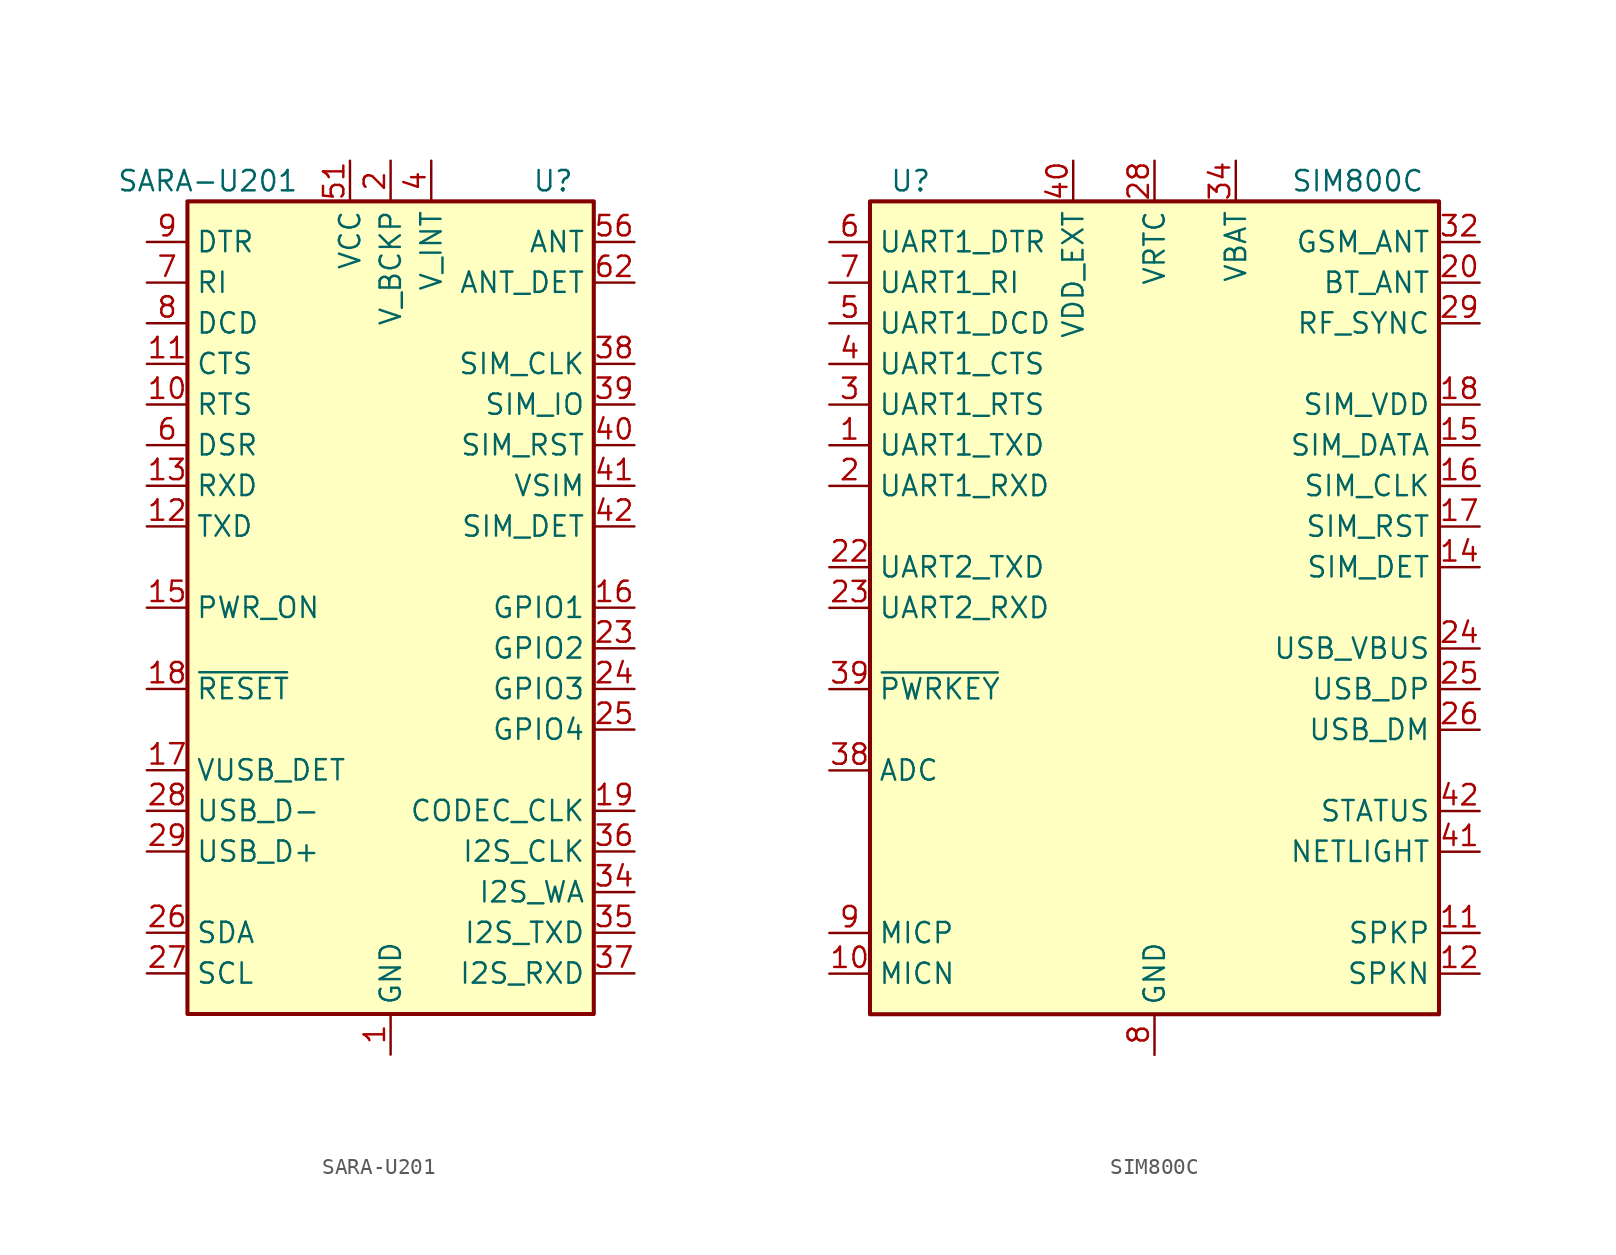
<source format=kicad_sym>
(kicad_symbol_lib
  (version 20201005)
  (generator kicad_symbol_editor)
  (symbol "RF_GSM:SARA-U201"
    (property "Reference" "U"
      (at 10.16 26.67 0)
      (effects (font (size 1.27 1.27))))
    (property "Value" "SARA-U201"
      (at -11.43 26.67 0)
      (effects (font (size 1.27 1.27))))
    (symbol "SARA-U201_0_1"
      (rectangle (start -12.7 25.4) (end 12.7 -25.4) (stroke (width 0.254)) (fill (type background))))
    (symbol "SARA-U201_1_1"
      (pin power_in line (at 0 -27.94 90) (length 2.54) (name "GND" (effects (font (size 1.27 1.27)))) (number "1" (effects (font (size 1.27 1.27)))))
      (pin input line (at -15.24 12.7 0) (length 2.54) (name "RTS" (effects (font (size 1.27 1.27)))) (number "10" (effects (font (size 1.27 1.27)))))
      (pin output line (at -15.24 15.24 0) (length 2.54) (name "CTS" (effects (font (size 1.27 1.27)))) (number "11" (effects (font (size 1.27 1.27)))))
      (pin input line (at -15.24 5.08 0) (length 2.54) (name "TXD" (effects (font (size 1.27 1.27)))) (number "12" (effects (font (size 1.27 1.27)))))
      (pin output line (at -15.24 7.62 0) (length 2.54) (name "RXD" (effects (font (size 1.27 1.27)))) (number "13" (effects (font (size 1.27 1.27)))))
      (pin passive line (at 0 -27.94 90) (length 2.54) hide (name "GND" (effects (font (size 1.27 1.27)))) (number "14" (effects (font (size 1.27 1.27)))))
      (pin input line (at -15.24 0 0) (length 2.54) (name "PWR_ON" (effects (font (size 1.27 1.27)))) (number "15" (effects (font (size 1.27 1.27)))))
      (pin bidirectional line (at 15.24 0 180) (length 2.54) (name "GPIO1" (effects (font (size 1.27 1.27)))) (number "16" (effects (font (size 1.27 1.27)))))
      (pin input line (at -15.24 -10.16 0) (length 2.54) (name "VUSB_DET" (effects (font (size 1.27 1.27)))) (number "17" (effects (font (size 1.27 1.27)))))
      (pin input line (at -15.24 -5.08 0) (length 2.54) (name "~RESET" (effects (font (size 1.27 1.27)))) (number "18" (effects (font (size 1.27 1.27)))))
      (pin output line (at 15.24 -12.7 180) (length 2.54) (name "CODEC_CLK" (effects (font (size 1.27 1.27)))) (number "19" (effects (font (size 1.27 1.27)))))
      (pin power_out line (at 0 27.94 270) (length 2.54) (name "V_BCKP" (effects (font (size 1.27 1.27)))) (number "2" (effects (font (size 1.27 1.27)))))
      (pin passive line (at 0 -27.94 90) (length 2.54) hide (name "GND" (effects (font (size 1.27 1.27)))) (number "20" (effects (font (size 1.27 1.27)))))
      (pin passive line (at 0 -27.94 90) (length 2.54) hide (name "GND" (effects (font (size 1.27 1.27)))) (number "21" (effects (font (size 1.27 1.27)))))
      (pin passive line (at 0 -27.94 90) (length 2.54) hide (name "GND" (effects (font (size 1.27 1.27)))) (number "22" (effects (font (size 1.27 1.27)))))
      (pin bidirectional line (at 15.24 -2.54 180) (length 2.54) (name "GPIO2" (effects (font (size 1.27 1.27)))) (number "23" (effects (font (size 1.27 1.27)))))
      (pin bidirectional line (at 15.24 -5.08 180) (length 2.54) (name "GPIO3" (effects (font (size 1.27 1.27)))) (number "24" (effects (font (size 1.27 1.27)))))
      (pin bidirectional line (at 15.24 -7.62 180) (length 2.54) (name "GPIO4" (effects (font (size 1.27 1.27)))) (number "25" (effects (font (size 1.27 1.27)))))
      (pin bidirectional line (at -15.24 -20.32 0) (length 2.54) (name "SDA" (effects (font (size 1.27 1.27)))) (number "26" (effects (font (size 1.27 1.27)))))
      (pin output line (at -15.24 -22.86 0) (length 2.54) (name "SCL" (effects (font (size 1.27 1.27)))) (number "27" (effects (font (size 1.27 1.27)))))
      (pin bidirectional line (at -15.24 -12.7 0) (length 2.54) (name "USB_D-" (effects (font (size 1.27 1.27)))) (number "28" (effects (font (size 1.27 1.27)))))
      (pin bidirectional line (at -15.24 -15.24 0) (length 2.54) (name "USB_D+" (effects (font (size 1.27 1.27)))) (number "29" (effects (font (size 1.27 1.27)))))
      (pin passive line (at 0 -27.94 90) (length 2.54) hide (name "GND" (effects (font (size 1.27 1.27)))) (number "3" (effects (font (size 1.27 1.27)))))
      (pin passive line (at 0 -27.94 90) (length 2.54) hide (name "GND" (effects (font (size 1.27 1.27)))) (number "30" (effects (font (size 1.27 1.27)))))
      (pin no_connect line (at -12.7 2.54 0) (length 2.54) hide (name "RSVD" (effects (font (size 1.27 1.27)))) (number "31" (effects (font (size 1.27 1.27)))))
      (pin passive line (at 0 -27.94 90) (length 2.54) hide (name "GND" (effects (font (size 1.27 1.27)))) (number "32" (effects (font (size 1.27 1.27)))))
      (pin no_connect line (at -12.7 -2.54 0) (length 2.54) hide (name "RSVD" (effects (font (size 1.27 1.27)))) (number "33" (effects (font (size 1.27 1.27)))))
      (pin bidirectional line (at 15.24 -17.78 180) (length 2.54) (name "I2S_WA" (effects (font (size 1.27 1.27)))) (number "34" (effects (font (size 1.27 1.27)))))
      (pin output line (at 15.24 -20.32 180) (length 2.54) (name "I2S_TXD" (effects (font (size 1.27 1.27)))) (number "35" (effects (font (size 1.27 1.27)))))
      (pin output line (at 15.24 -15.24 180) (length 2.54) (name "I2S_CLK" (effects (font (size 1.27 1.27)))) (number "36" (effects (font (size 1.27 1.27)))))
      (pin input line (at 15.24 -22.86 180) (length 2.54) (name "I2S_RXD" (effects (font (size 1.27 1.27)))) (number "37" (effects (font (size 1.27 1.27)))))
      (pin output line (at 15.24 15.24 180) (length 2.54) (name "SIM_CLK" (effects (font (size 1.27 1.27)))) (number "38" (effects (font (size 1.27 1.27)))))
      (pin bidirectional line (at 15.24 12.7 180) (length 2.54) (name "SIM_IO" (effects (font (size 1.27 1.27)))) (number "39" (effects (font (size 1.27 1.27)))))
      (pin power_out line (at 2.54 27.94 270) (length 2.54) (name "V_INT" (effects (font (size 1.27 1.27)))) (number "4" (effects (font (size 1.27 1.27)))))
      (pin output line (at 15.24 10.16 180) (length 2.54) (name "SIM_RST" (effects (font (size 1.27 1.27)))) (number "40" (effects (font (size 1.27 1.27)))))
      (pin power_out line (at 15.24 7.62 180) (length 2.54) (name "VSIM" (effects (font (size 1.27 1.27)))) (number "41" (effects (font (size 1.27 1.27)))))
      (pin input line (at 15.24 5.08 180) (length 2.54) (name "SIM_DET" (effects (font (size 1.27 1.27)))) (number "42" (effects (font (size 1.27 1.27)))))
      (pin passive line (at 0 -27.94 90) (length 2.54) hide (name "GND" (effects (font (size 1.27 1.27)))) (number "43" (effects (font (size 1.27 1.27)))))
      (pin no_connect line (at -12.7 -7.62 0) (length 2.54) hide (name "RSVD" (effects (font (size 1.27 1.27)))) (number "44" (effects (font (size 1.27 1.27)))))
      (pin no_connect line (at -12.7 -17.78 0) (length 2.54) hide (name "RSVD" (effects (font (size 1.27 1.27)))) (number "45" (effects (font (size 1.27 1.27)))))
      (pin no_connect line (at -2.54 -25.4 90) (length 2.54) hide (name "RSVD" (effects (font (size 1.27 1.27)))) (number "46" (effects (font (size 1.27 1.27)))))
      (pin no_connect line (at 12.7 -10.16 180) (length 2.54) hide (name "RSVD" (effects (font (size 1.27 1.27)))) (number "47" (effects (font (size 1.27 1.27)))))
      (pin no_connect line (at 12.7 2.54 180) (length 2.54) hide (name "RSVD" (effects (font (size 1.27 1.27)))) (number "48" (effects (font (size 1.27 1.27)))))
      (pin no_connect line (at 12.7 17.78 180) (length 2.54) hide (name "RSVD" (effects (font (size 1.27 1.27)))) (number "49" (effects (font (size 1.27 1.27)))))
      (pin passive line (at 0 -27.94 90) (length 2.54) hide (name "GND" (effects (font (size 1.27 1.27)))) (number "5" (effects (font (size 1.27 1.27)))))
      (pin passive line (at 0 -27.94 90) (length 2.54) hide (name "GND" (effects (font (size 1.27 1.27)))) (number "50" (effects (font (size 1.27 1.27)))))
      (pin power_in line (at -2.54 27.94 270) (length 2.54) (name "VCC" (effects (font (size 1.27 1.27)))) (number "51" (effects (font (size 1.27 1.27)))))
      (pin passive line (at -2.54 27.94 270) (length 2.54) hide (name "VCC" (effects (font (size 1.27 1.27)))) (number "52" (effects (font (size 1.27 1.27)))))
      (pin passive line (at -2.54 27.94 270) (length 2.54) hide (name "VCC" (effects (font (size 1.27 1.27)))) (number "53" (effects (font (size 1.27 1.27)))))
      (pin passive line (at 0 -27.94 90) (length 2.54) hide (name "GND" (effects (font (size 1.27 1.27)))) (number "54" (effects (font (size 1.27 1.27)))))
      (pin passive line (at 0 -27.94 90) (length 2.54) hide (name "GND" (effects (font (size 1.27 1.27)))) (number "55" (effects (font (size 1.27 1.27)))))
      (pin passive line (at 15.24 22.86 180) (length 2.54) (name "ANT" (effects (font (size 1.27 1.27)))) (number "56" (effects (font (size 1.27 1.27)))))
      (pin passive line (at 0 -27.94 90) (length 2.54) hide (name "GND" (effects (font (size 1.27 1.27)))) (number "57" (effects (font (size 1.27 1.27)))))
      (pin passive line (at 0 -27.94 90) (length 2.54) hide (name "GND" (effects (font (size 1.27 1.27)))) (number "58" (effects (font (size 1.27 1.27)))))
      (pin passive line (at 0 -27.94 90) (length 2.54) hide (name "GND" (effects (font (size 1.27 1.27)))) (number "59" (effects (font (size 1.27 1.27)))))
      (pin output line (at -15.24 10.16 0) (length 2.54) (name "DSR" (effects (font (size 1.27 1.27)))) (number "6" (effects (font (size 1.27 1.27)))))
      (pin passive line (at 0 -27.94 90) (length 2.54) hide (name "GND" (effects (font (size 1.27 1.27)))) (number "60" (effects (font (size 1.27 1.27)))))
      (pin passive line (at 0 -27.94 90) (length 2.54) hide (name "GND" (effects (font (size 1.27 1.27)))) (number "61" (effects (font (size 1.27 1.27)))))
      (pin input line (at 15.24 20.32 180) (length 2.54) (name "ANT_DET" (effects (font (size 1.27 1.27)))) (number "62" (effects (font (size 1.27 1.27)))))
      (pin passive line (at 0 -27.94 90) (length 2.54) hide (name "GND" (effects (font (size 1.27 1.27)))) (number "63" (effects (font (size 1.27 1.27)))))
      (pin passive line (at 0 -27.94 90) (length 2.54) hide (name "GND" (effects (font (size 1.27 1.27)))) (number "64" (effects (font (size 1.27 1.27)))))
      (pin passive line (at 0 -27.94 90) (length 2.54) hide (name "GND" (effects (font (size 1.27 1.27)))) (number "65" (effects (font (size 1.27 1.27)))))
      (pin passive line (at 0 -27.94 90) (length 2.54) hide (name "GND" (effects (font (size 1.27 1.27)))) (number "66" (effects (font (size 1.27 1.27)))))
      (pin passive line (at 0 -27.94 90) (length 2.54) hide (name "GND" (effects (font (size 1.27 1.27)))) (number "67" (effects (font (size 1.27 1.27)))))
      (pin passive line (at 0 -27.94 90) (length 2.54) hide (name "GND" (effects (font (size 1.27 1.27)))) (number "68" (effects (font (size 1.27 1.27)))))
      (pin passive line (at 0 -27.94 90) (length 2.54) hide (name "GND" (effects (font (size 1.27 1.27)))) (number "69" (effects (font (size 1.27 1.27)))))
      (pin output line (at -15.24 20.32 0) (length 2.54) (name "RI" (effects (font (size 1.27 1.27)))) (number "7" (effects (font (size 1.27 1.27)))))
      (pin passive line (at 0 -27.94 90) (length 2.54) hide (name "GND" (effects (font (size 1.27 1.27)))) (number "70" (effects (font (size 1.27 1.27)))))
      (pin passive line (at 0 -27.94 90) (length 2.54) hide (name "GND" (effects (font (size 1.27 1.27)))) (number "71" (effects (font (size 1.27 1.27)))))
      (pin passive line (at 0 -27.94 90) (length 2.54) hide (name "GND" (effects (font (size 1.27 1.27)))) (number "72" (effects (font (size 1.27 1.27)))))
      (pin passive line (at 0 -27.94 90) (length 2.54) hide (name "GND" (effects (font (size 1.27 1.27)))) (number "73" (effects (font (size 1.27 1.27)))))
      (pin passive line (at 0 -27.94 90) (length 2.54) hide (name "GND" (effects (font (size 1.27 1.27)))) (number "74" (effects (font (size 1.27 1.27)))))
      (pin passive line (at 0 -27.94 90) (length 2.54) hide (name "GND" (effects (font (size 1.27 1.27)))) (number "75" (effects (font (size 1.27 1.27)))))
      (pin passive line (at 0 -27.94 90) (length 2.54) hide (name "GND" (effects (font (size 1.27 1.27)))) (number "76" (effects (font (size 1.27 1.27)))))
      (pin passive line (at 0 -27.94 90) (length 2.54) hide (name "GND" (effects (font (size 1.27 1.27)))) (number "77" (effects (font (size 1.27 1.27)))))
      (pin passive line (at 0 -27.94 90) (length 2.54) hide (name "GND" (effects (font (size 1.27 1.27)))) (number "78" (effects (font (size 1.27 1.27)))))
      (pin passive line (at 0 -27.94 90) (length 2.54) hide (name "GND" (effects (font (size 1.27 1.27)))) (number "79" (effects (font (size 1.27 1.27)))))
      (pin output line (at -15.24 17.78 0) (length 2.54) (name "DCD" (effects (font (size 1.27 1.27)))) (number "8" (effects (font (size 1.27 1.27)))))
      (pin passive line (at 0 -27.94 90) (length 2.54) hide (name "GND" (effects (font (size 1.27 1.27)))) (number "80" (effects (font (size 1.27 1.27)))))
      (pin passive line (at 0 -27.94 90) (length 2.54) hide (name "GND" (effects (font (size 1.27 1.27)))) (number "81" (effects (font (size 1.27 1.27)))))
      (pin passive line (at 0 -27.94 90) (length 2.54) hide (name "GND" (effects (font (size 1.27 1.27)))) (number "82" (effects (font (size 1.27 1.27)))))
      (pin passive line (at 0 -27.94 90) (length 2.54) hide (name "GND" (effects (font (size 1.27 1.27)))) (number "83" (effects (font (size 1.27 1.27)))))
      (pin passive line (at 0 -27.94 90) (length 2.54) hide (name "GND" (effects (font (size 1.27 1.27)))) (number "84" (effects (font (size 1.27 1.27)))))
      (pin passive line (at 0 -27.94 90) (length 2.54) hide (name "GND" (effects (font (size 1.27 1.27)))) (number "85" (effects (font (size 1.27 1.27)))))
      (pin passive line (at 0 -27.94 90) (length 2.54) hide (name "GND" (effects (font (size 1.27 1.27)))) (number "86" (effects (font (size 1.27 1.27)))))
      (pin passive line (at 0 -27.94 90) (length 2.54) hide (name "GND" (effects (font (size 1.27 1.27)))) (number "87" (effects (font (size 1.27 1.27)))))
      (pin passive line (at 0 -27.94 90) (length 2.54) hide (name "GND" (effects (font (size 1.27 1.27)))) (number "88" (effects (font (size 1.27 1.27)))))
      (pin passive line (at 0 -27.94 90) (length 2.54) hide (name "GND" (effects (font (size 1.27 1.27)))) (number "89" (effects (font (size 1.27 1.27)))))
      (pin input line (at -15.24 22.86 0) (length 2.54) (name "DTR" (effects (font (size 1.27 1.27)))) (number "9" (effects (font (size 1.27 1.27)))))
      (pin passive line (at 0 -27.94 90) (length 2.54) hide (name "GND" (effects (font (size 1.27 1.27)))) (number "90" (effects (font (size 1.27 1.27)))))
      (pin passive line (at 0 -27.94 90) (length 2.54) hide (name "GND" (effects (font (size 1.27 1.27)))) (number "91" (effects (font (size 1.27 1.27)))))
      (pin passive line (at 0 -27.94 90) (length 2.54) hide (name "GND" (effects (font (size 1.27 1.27)))) (number "92" (effects (font (size 1.27 1.27)))))
      (pin passive line (at 0 -27.94 90) (length 2.54) hide (name "GND" (effects (font (size 1.27 1.27)))) (number "93" (effects (font (size 1.27 1.27)))))
      (pin passive line (at 0 -27.94 90) (length 2.54) hide (name "GND" (effects (font (size 1.27 1.27)))) (number "94" (effects (font (size 1.27 1.27)))))
      (pin passive line (at 0 -27.94 90) (length 2.54) hide (name "GND" (effects (font (size 1.27 1.27)))) (number "95" (effects (font (size 1.27 1.27)))))
      (pin passive line (at 0 -27.94 90) (length 2.54) hide (name "GND" (effects (font (size 1.27 1.27)))) (number "96" (effects (font (size 1.27 1.27)))))))
  (symbol "RF_GSM:SIM800C"
    (property "Reference" "U"
      (at -15.24 26.67 0)
      (effects (font (size 1.27 1.27))))
    (property "Value" "SIM800C"
      (at 12.7 26.67 0)
      (effects (font (size 1.27 1.27))))
    (symbol "SIM800C_0_1"
      (rectangle (start -17.78 25.4) (end 17.78 -25.4) (stroke (width 0.254)) (fill (type background))))
    (symbol "SIM800C_1_1"
      (pin output line (at -20.32 10.16 0) (length 2.54) (name "UART1_TXD" (effects (font (size 1.27 1.27)))) (number "1" (effects (font (size 1.27 1.27)))))
      (pin input line (at -20.32 -22.86 0) (length 2.54) (name "MICN" (effects (font (size 1.27 1.27)))) (number "10" (effects (font (size 1.27 1.27)))))
      (pin output line (at 20.32 -20.32 180) (length 2.54) (name "SPKP" (effects (font (size 1.27 1.27)))) (number "11" (effects (font (size 1.27 1.27)))))
      (pin output line (at 20.32 -22.86 180) (length 2.54) (name "SPKN" (effects (font (size 1.27 1.27)))) (number "12" (effects (font (size 1.27 1.27)))))
      (pin passive line (at 0 -27.94 90) (length 2.54) hide (name "GND" (effects (font (size 1.27 1.27)))) (number "13" (effects (font (size 1.27 1.27)))))
      (pin input line (at 20.32 2.54 180) (length 2.54) (name "SIM_DET" (effects (font (size 1.27 1.27)))) (number "14" (effects (font (size 1.27 1.27)))))
      (pin bidirectional line (at 20.32 10.16 180) (length 2.54) (name "SIM_DATA" (effects (font (size 1.27 1.27)))) (number "15" (effects (font (size 1.27 1.27)))))
      (pin output line (at 20.32 7.62 180) (length 2.54) (name "SIM_CLK" (effects (font (size 1.27 1.27)))) (number "16" (effects (font (size 1.27 1.27)))))
      (pin output line (at 20.32 5.08 180) (length 2.54) (name "SIM_RST" (effects (font (size 1.27 1.27)))) (number "17" (effects (font (size 1.27 1.27)))))
      (pin power_out line (at 20.32 12.7 180) (length 2.54) (name "SIM_VDD" (effects (font (size 1.27 1.27)))) (number "18" (effects (font (size 1.27 1.27)))))
      (pin passive line (at 0 -27.94 90) (length 2.54) hide (name "GND" (effects (font (size 1.27 1.27)))) (number "19" (effects (font (size 1.27 1.27)))))
      (pin input line (at -20.32 7.62 0) (length 2.54) (name "UART1_RXD" (effects (font (size 1.27 1.27)))) (number "2" (effects (font (size 1.27 1.27)))))
      (pin passive line (at 20.32 20.32 180) (length 2.54) (name "BT_ANT" (effects (font (size 1.27 1.27)))) (number "20" (effects (font (size 1.27 1.27)))))
      (pin passive line (at 0 -27.94 90) (length 2.54) hide (name "GND" (effects (font (size 1.27 1.27)))) (number "21" (effects (font (size 1.27 1.27)))))
      (pin output line (at -20.32 2.54 0) (length 2.54) (name "UART2_TXD" (effects (font (size 1.27 1.27)))) (number "22" (effects (font (size 1.27 1.27)))))
      (pin input line (at -20.32 0 0) (length 2.54) (name "UART2_RXD" (effects (font (size 1.27 1.27)))) (number "23" (effects (font (size 1.27 1.27)))))
      (pin input line (at 20.32 -2.54 180) (length 2.54) (name "USB_VBUS" (effects (font (size 1.27 1.27)))) (number "24" (effects (font (size 1.27 1.27)))))
      (pin bidirectional line (at 20.32 -5.08 180) (length 2.54) (name "USB_DP" (effects (font (size 1.27 1.27)))) (number "25" (effects (font (size 1.27 1.27)))))
      (pin bidirectional line (at 20.32 -7.62 180) (length 2.54) (name "USB_DM" (effects (font (size 1.27 1.27)))) (number "26" (effects (font (size 1.27 1.27)))))
      (pin passive line (at 0 -27.94 90) (length 2.54) hide (name "GND" (effects (font (size 1.27 1.27)))) (number "27" (effects (font (size 1.27 1.27)))))
      (pin power_in line (at 0 27.94 270) (length 2.54) (name "VRTC" (effects (font (size 1.27 1.27)))) (number "28" (effects (font (size 1.27 1.27)))))
      (pin output line (at 20.32 17.78 180) (length 2.54) (name "RF_SYNC" (effects (font (size 1.27 1.27)))) (number "29" (effects (font (size 1.27 1.27)))))
      (pin input line (at -20.32 12.7 0) (length 2.54) (name "UART1_RTS" (effects (font (size 1.27 1.27)))) (number "3" (effects (font (size 1.27 1.27)))))
      (pin passive line (at 0 -27.94 90) (length 2.54) hide (name "GND" (effects (font (size 1.27 1.27)))) (number "30" (effects (font (size 1.27 1.27)))))
      (pin passive line (at 0 -27.94 90) (length 2.54) hide (name "GND" (effects (font (size 1.27 1.27)))) (number "31" (effects (font (size 1.27 1.27)))))
      (pin passive line (at 20.32 22.86 180) (length 2.54) (name "GSM_ANT" (effects (font (size 1.27 1.27)))) (number "32" (effects (font (size 1.27 1.27)))))
      (pin passive line (at 0 -27.94 90) (length 2.54) hide (name "GND" (effects (font (size 1.27 1.27)))) (number "33" (effects (font (size 1.27 1.27)))))
      (pin power_in line (at 5.08 27.94 270) (length 2.54) (name "VBAT" (effects (font (size 1.27 1.27)))) (number "34" (effects (font (size 1.27 1.27)))))
      (pin passive line (at 5.08 27.94 270) (length 2.54) hide (name "VBAT" (effects (font (size 1.27 1.27)))) (number "35" (effects (font (size 1.27 1.27)))))
      (pin passive line (at 0 -27.94 90) (length 2.54) hide (name "GND" (effects (font (size 1.27 1.27)))) (number "36" (effects (font (size 1.27 1.27)))))
      (pin passive line (at 0 -27.94 90) (length 2.54) hide (name "GND" (effects (font (size 1.27 1.27)))) (number "37" (effects (font (size 1.27 1.27)))))
      (pin input line (at -20.32 -10.16 0) (length 2.54) (name "ADC" (effects (font (size 1.27 1.27)))) (number "38" (effects (font (size 1.27 1.27)))))
      (pin input line (at -20.32 -5.08 0) (length 2.54) (name "~PWRKEY" (effects (font (size 1.27 1.27)))) (number "39" (effects (font (size 1.27 1.27)))))
      (pin output line (at -20.32 15.24 0) (length 2.54) (name "UART1_CTS" (effects (font (size 1.27 1.27)))) (number "4" (effects (font (size 1.27 1.27)))))
      (pin power_out line (at -5.08 27.94 270) (length 2.54) (name "VDD_EXT" (effects (font (size 1.27 1.27)))) (number "40" (effects (font (size 1.27 1.27)))))
      (pin output line (at 20.32 -15.24 180) (length 2.54) (name "NETLIGHT" (effects (font (size 1.27 1.27)))) (number "41" (effects (font (size 1.27 1.27)))))
      (pin output line (at 20.32 -12.7 180) (length 2.54) (name "STATUS" (effects (font (size 1.27 1.27)))) (number "42" (effects (font (size 1.27 1.27)))))
      (pin output line (at -20.32 17.78 0) (length 2.54) (name "UART1_DCD" (effects (font (size 1.27 1.27)))) (number "5" (effects (font (size 1.27 1.27)))))
      (pin input line (at -20.32 22.86 0) (length 2.54) (name "UART1_DTR" (effects (font (size 1.27 1.27)))) (number "6" (effects (font (size 1.27 1.27)))))
      (pin output line (at -20.32 20.32 0) (length 2.54) (name "UART1_RI" (effects (font (size 1.27 1.27)))) (number "7" (effects (font (size 1.27 1.27)))))
      (pin power_in line (at 0 -27.94 90) (length 2.54) (name "GND" (effects (font (size 1.27 1.27)))) (number "8" (effects (font (size 1.27 1.27)))))
      (pin input line (at -20.32 -20.32 0) (length 2.54) (name "MICP" (effects (font (size 1.27 1.27)))) (number "9" (effects (font (size 1.27 1.27))))))))
</source>
